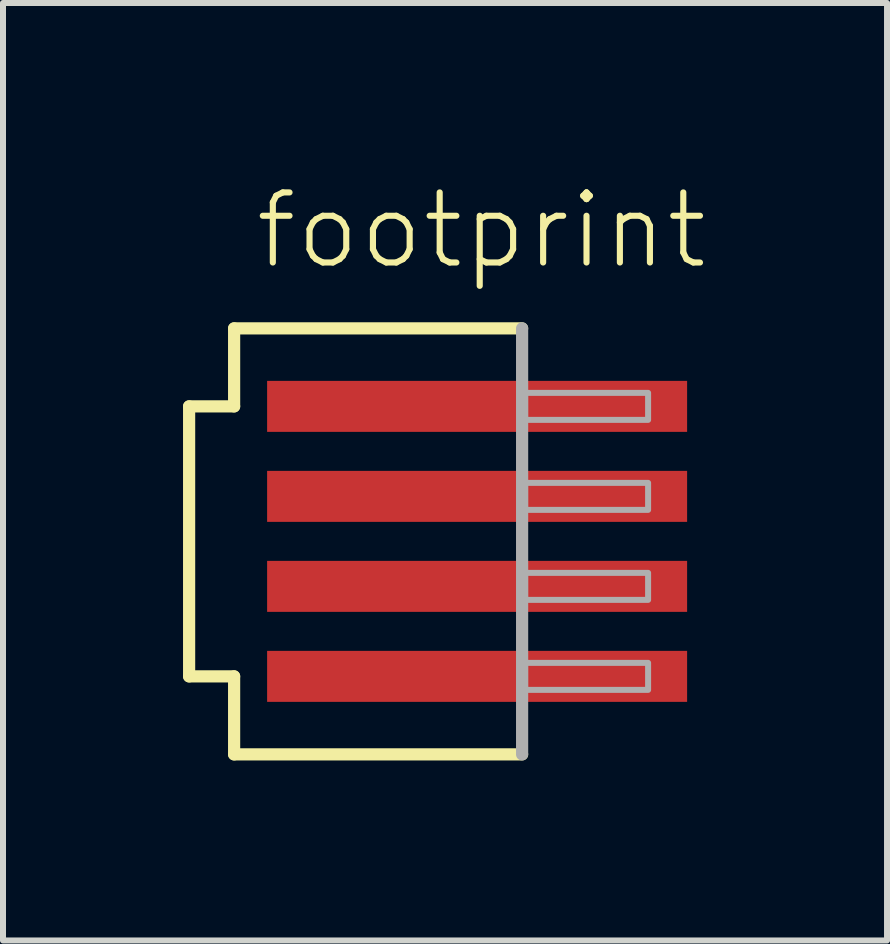
<source format=kicad_pcb>
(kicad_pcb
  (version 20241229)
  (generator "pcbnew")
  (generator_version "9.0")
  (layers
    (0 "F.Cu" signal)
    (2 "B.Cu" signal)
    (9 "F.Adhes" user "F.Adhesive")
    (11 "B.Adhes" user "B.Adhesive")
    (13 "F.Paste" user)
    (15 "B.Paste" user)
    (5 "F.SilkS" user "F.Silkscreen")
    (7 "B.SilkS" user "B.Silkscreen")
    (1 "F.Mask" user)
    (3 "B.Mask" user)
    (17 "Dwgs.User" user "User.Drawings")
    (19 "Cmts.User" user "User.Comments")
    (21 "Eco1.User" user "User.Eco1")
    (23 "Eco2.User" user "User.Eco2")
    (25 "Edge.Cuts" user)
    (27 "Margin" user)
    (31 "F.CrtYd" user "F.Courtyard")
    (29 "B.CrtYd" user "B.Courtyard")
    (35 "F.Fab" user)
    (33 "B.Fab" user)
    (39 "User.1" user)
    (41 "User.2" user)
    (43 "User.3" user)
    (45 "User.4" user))
  (footprint "footprint"
    (layer "F.Cu")
    (at 4.902 5.973)
    (property "Reference" "footprint" (at -3.75 -4.5 0) (layer "F.SilkS") (effects (font (size 1.168 1.168) (thickness 0.102)) (justify left bottom)))
    (fp_line (start -4.8 -2.25) (end -4.05 -2.25) (stroke (width 0.203) (type solid)) (layer "F.SilkS"))
    (fp_line (start -4.8 2.25) (end -4.8 -2.25) (stroke (width 0.203) (type solid)) (layer "F.SilkS"))
    (fp_line (start -4.05 -3.55) (end 0.75 -3.55) (stroke (width 0.203) (type solid)) (layer "F.SilkS"))
    (fp_line (start -4.05 -2.25) (end -4.05 -3.55) (stroke (width 0.203) (type solid)) (layer "F.SilkS"))
    (fp_line (start -4.05 2.25) (end -4.8 2.25) (stroke (width 0.203) (type solid)) (layer "F.SilkS"))
    (fp_line (start -4.05 3.55) (end -4.05 2.25) (stroke (width 0.203) (type solid)) (layer "F.SilkS"))
    (fp_line (start 0.75 3.55) (end -4.05 3.55) (stroke (width 0.203) (type solid)) (layer "F.SilkS"))
    (fp_line (start 0.75 -3.55) (end 0.75 3.55) (stroke (width 0.203) (type solid)) (layer "F.Fab"))
    (fp_poly (pts (xy 0.8 -2.025) (xy 2.85 -2.025) (xy 2.85 -2.475) (xy 0.8 -2.475)) (stroke (width 0.1) (type solid)) (fill no) (layer "F.Fab"))
    (fp_poly (pts (xy 0.8 -0.525) (xy 2.85 -0.525) (xy 2.85 -0.975) (xy 0.8 -0.975)) (stroke (width 0.1) (type solid)) (fill no) (layer "F.Fab"))
    (fp_poly (pts (xy 0.8 0.975) (xy 2.85 0.975) (xy 2.85 0.525) (xy 0.8 0.525)) (stroke (width 0.1) (type solid)) (fill no) (layer "F.Fab"))
    (fp_poly (pts (xy 0.8 2.475) (xy 2.85 2.475) (xy 2.85 2.025) (xy 0.8 2.025)) (stroke (width 0.1) (type solid)) (fill no) (layer "F.Fab"))
    (pad "1" smd rect (at 0 -2.25) (size 7 0.85) (layers "F.Cu" "F.Mask" "F.Paste"))
    (pad "2" smd rect (at 0 -0.75) (size 7 0.85) (layers "F.Cu" "F.Mask" "F.Paste"))
    (pad "3" smd rect (at 0 0.75) (size 7 0.85) (layers "F.Cu" "F.Mask" "F.Paste"))
    (pad "4" smd rect (at 0 2.25) (size 7 0.85) (layers "F.Cu" "F.Mask" "F.Paste")))
  (gr_rect
    (start -3 -3)
    (end 11.734 12.625)
    (stroke (width 0.1) (type default))
    (fill no)
    (layer "Edge.Cuts")))
</source>
